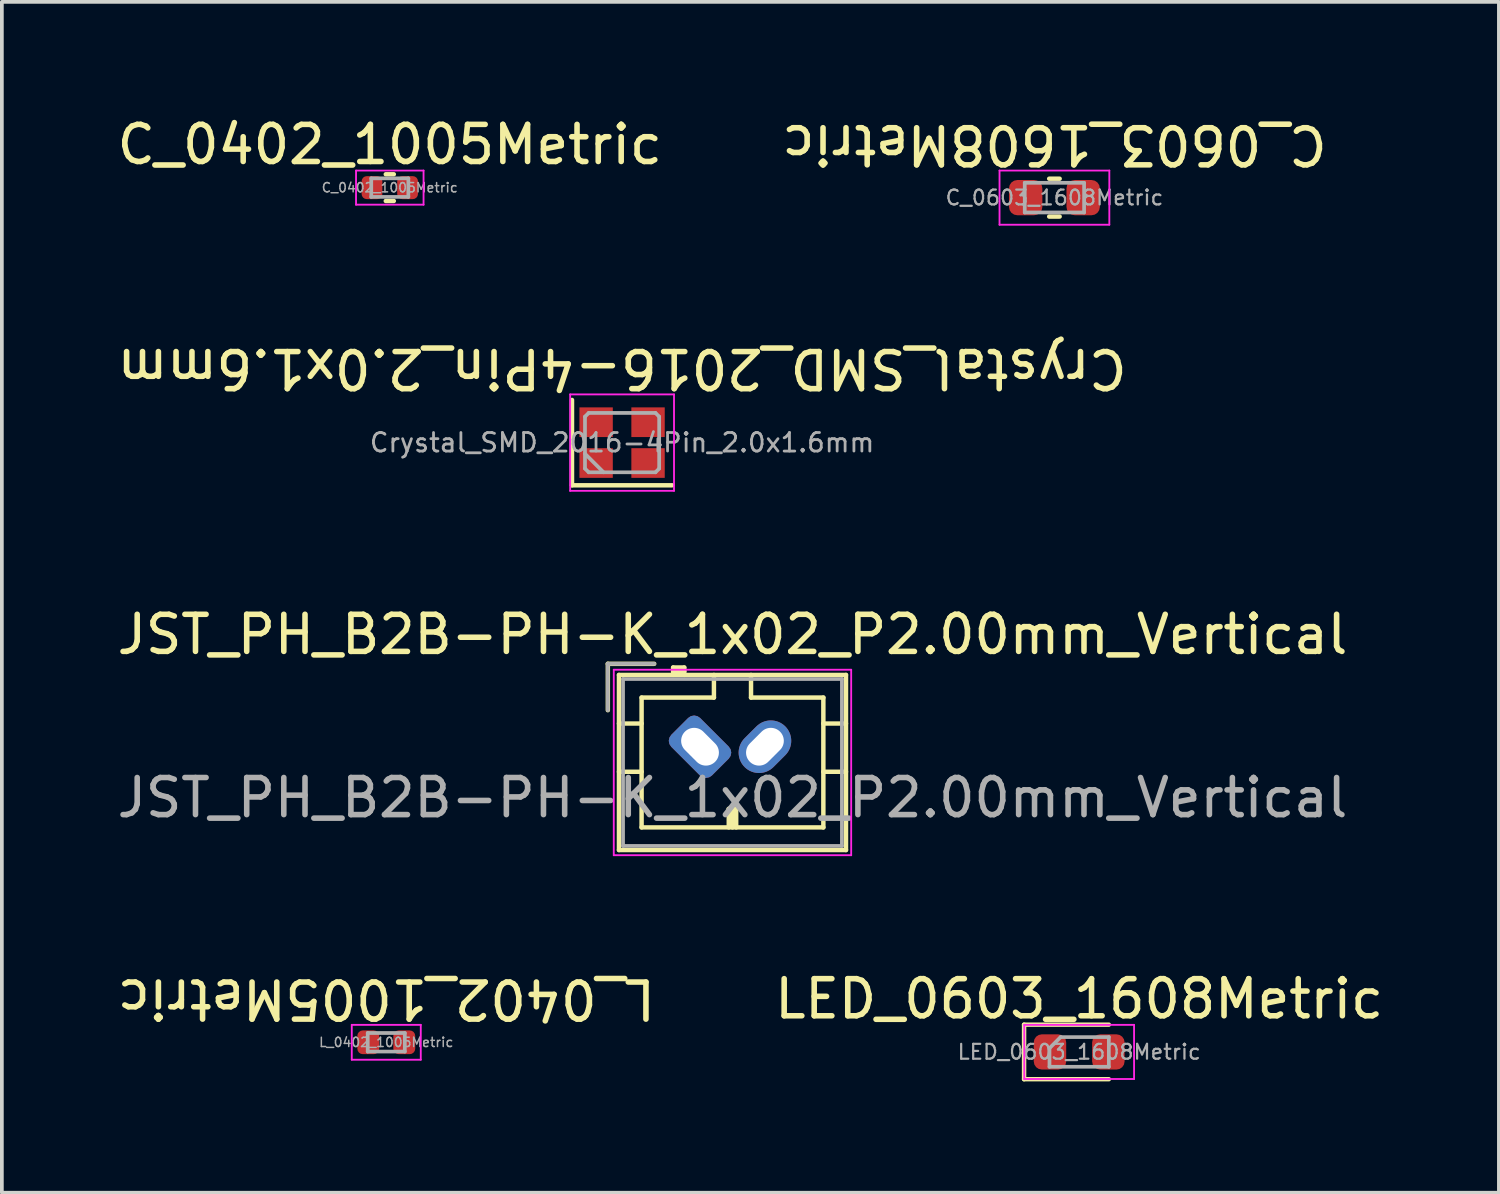
<source format=kicad_pcb>
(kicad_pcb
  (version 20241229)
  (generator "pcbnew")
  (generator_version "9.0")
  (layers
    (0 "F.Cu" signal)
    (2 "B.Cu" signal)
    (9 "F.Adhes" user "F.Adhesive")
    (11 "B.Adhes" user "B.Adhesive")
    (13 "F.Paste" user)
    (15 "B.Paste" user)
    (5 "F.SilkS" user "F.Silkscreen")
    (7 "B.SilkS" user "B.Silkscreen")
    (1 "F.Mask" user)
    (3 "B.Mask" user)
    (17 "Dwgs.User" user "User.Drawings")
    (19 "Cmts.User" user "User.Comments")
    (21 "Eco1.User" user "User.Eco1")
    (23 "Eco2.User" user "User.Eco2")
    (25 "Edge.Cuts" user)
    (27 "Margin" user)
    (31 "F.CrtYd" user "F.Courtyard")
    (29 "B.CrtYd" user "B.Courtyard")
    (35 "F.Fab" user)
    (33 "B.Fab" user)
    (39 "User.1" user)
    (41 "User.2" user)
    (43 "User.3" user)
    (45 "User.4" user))
  (footprint "L_0402_1005Metric"
    (layer "F.Cu")
    (at 7.363 25.048)
    (property "Reference" "L_0402_1005Metric" (at 0 -1.17 180) (unlocked yes) (layer "F.SilkS") (effects (font (size 1 1) (thickness 0.15))))
    (attr smd)
    (fp_line (start -0.93 -0.47) (end 0.93 -0.47) (stroke (width 0.05) (type solid)) (layer "F.CrtYd"))
    (fp_line (start -0.93 0.47) (end -0.93 -0.47) (stroke (width 0.05) (type solid)) (layer "F.CrtYd"))
    (fp_line (start 0.93 -0.47) (end 0.93 0.47) (stroke (width 0.05) (type solid)) (layer "F.CrtYd"))
    (fp_line (start 0.93 0.47) (end -0.93 0.47) (stroke (width 0.05) (type solid)) (layer "F.CrtYd"))
    (fp_line (start -0.5 -0.25) (end 0.5 -0.25) (stroke (width 0.1) (type solid)) (layer "F.Fab"))
    (fp_line (start -0.5 0.25) (end -0.5 -0.25) (stroke (width 0.1) (type solid)) (layer "F.Fab"))
    (fp_line (start 0.5 -0.25) (end 0.5 0.25) (stroke (width 0.1) (type solid)) (layer "F.Fab"))
    (fp_line (start 0.5 0.25) (end -0.5 0.25) (stroke (width 0.1) (type solid)) (layer "F.Fab"))
    (fp_text user "${REFERENCE}" (at 0 0 180) (layer "F.Fab") (effects (font (size 0.25 0.25) (thickness 0.04))))
    (pad "1" smd roundrect (at -0.485 0) (size 0.59 0.64) (layers "F.Cu" "F.Mask" "F.Paste") (roundrect_rratio 0.25))
    (pad "2" smd roundrect (at 0.485 0) (size 0.59 0.64) (layers "F.Cu" "F.Mask" "F.Paste") (roundrect_rratio 0.25)))
  (footprint "C_0603_1608Metric"
    (layer "F.Cu")
    (at 25.375 2.278)
    (property "Reference" "C_0603_1608Metric" (at 0 -1.43 180) (unlocked yes) (layer "F.SilkS") (effects (font (size 1 1) (thickness 0.15))))
    (attr smd)
    (fp_line (start -0.141 -0.51) (end 0.141 -0.51) (stroke (width 0.12) (type solid)) (layer "F.SilkS"))
    (fp_line (start -0.141 0.51) (end 0.141 0.51) (stroke (width 0.12) (type solid)) (layer "F.SilkS"))
    (fp_line (start -1.48 -0.73) (end 1.48 -0.73) (stroke (width 0.05) (type solid)) (layer "F.CrtYd"))
    (fp_line (start -1.48 0.73) (end -1.48 -0.73) (stroke (width 0.05) (type solid)) (layer "F.CrtYd"))
    (fp_line (start 1.48 -0.73) (end 1.48 0.73) (stroke (width 0.05) (type solid)) (layer "F.CrtYd"))
    (fp_line (start 1.48 0.73) (end -1.48 0.73) (stroke (width 0.05) (type solid)) (layer "F.CrtYd"))
    (fp_line (start -0.8 -0.4) (end 0.8 -0.4) (stroke (width 0.1) (type solid)) (layer "F.Fab"))
    (fp_line (start -0.8 0.4) (end -0.8 -0.4) (stroke (width 0.1) (type solid)) (layer "F.Fab"))
    (fp_line (start 0.8 -0.4) (end 0.8 0.4) (stroke (width 0.1) (type solid)) (layer "F.Fab"))
    (fp_line (start 0.8 0.4) (end -0.8 0.4) (stroke (width 0.1) (type solid)) (layer "F.Fab"))
    (fp_text user "${REFERENCE}" (at 0 0 0) (layer "F.Fab") (effects (font (size 0.4 0.4) (thickness 0.06))))
    (pad "1" smd roundrect (at -0.775 0) (size 0.9 0.95) (layers "F.Cu" "F.Mask" "F.Paste") (roundrect_rratio 0.25))
    (pad "2" smd roundrect (at 0.775 0) (size 0.9 0.95) (layers "F.Cu" "F.Mask" "F.Paste") (roundrect_rratio 0.25)))
  (footprint "C_0402_1005Metric"
    (layer "F.Cu")
    (at 7.458 2.008)
    (property "Reference" "C_0402_1005Metric" (at 0 -1.16 0) (unlocked yes) (layer "F.SilkS") (effects (font (size 1 1) (thickness 0.15))))
    (attr smd)
    (fp_line (start -0.108 -0.36) (end 0.108 -0.36) (stroke (width 0.12) (type solid)) (layer "F.SilkS"))
    (fp_line (start -0.108 0.36) (end 0.108 0.36) (stroke (width 0.12) (type solid)) (layer "F.SilkS"))
    (fp_line (start -0.91 -0.46) (end 0.91 -0.46) (stroke (width 0.05) (type solid)) (layer "F.CrtYd"))
    (fp_line (start -0.91 0.46) (end -0.91 -0.46) (stroke (width 0.05) (type solid)) (layer "F.CrtYd"))
    (fp_line (start 0.91 -0.46) (end 0.91 0.46) (stroke (width 0.05) (type solid)) (layer "F.CrtYd"))
    (fp_line (start 0.91 0.46) (end -0.91 0.46) (stroke (width 0.05) (type solid)) (layer "F.CrtYd"))
    (fp_line (start -0.5 -0.25) (end 0.5 -0.25) (stroke (width 0.1) (type solid)) (layer "F.Fab"))
    (fp_line (start -0.5 0.25) (end -0.5 -0.25) (stroke (width 0.1) (type solid)) (layer "F.Fab"))
    (fp_line (start 0.5 -0.25) (end 0.5 0.25) (stroke (width 0.1) (type solid)) (layer "F.Fab"))
    (fp_line (start 0.5 0.25) (end -0.5 0.25) (stroke (width 0.1) (type solid)) (layer "F.Fab"))
    (fp_text user "${REFERENCE}" (at 0 0 0) (layer "F.Fab") (effects (font (size 0.25 0.25) (thickness 0.04))))
    (pad "1" smd roundrect (at -0.48 0) (size 0.56 0.62) (layers "F.Cu" "F.Mask" "F.Paste") (roundrect_rratio 0.25))
    (pad "2" smd roundrect (at 0.48 0) (size 0.56 0.62) (layers "F.Cu" "F.Mask" "F.Paste") (roundrect_rratio 0.25)))
  (footprint "LED_0603_1608Metric"
    (layer "F.Cu")
    (at 26.042 25.308)
    (property "Reference" "LED_0603_1608Metric" (at 0 -1.43 0) (unlocked yes) (layer "F.SilkS") (effects (font (size 1 1) (thickness 0.15))))
    (attr smd)
    (fp_line (start -1.485 -0.735) (end -1.485 0.735) (stroke (width 0.12) (type solid)) (layer "F.SilkS"))
    (fp_line (start -1.485 0.735) (end 0.8 0.735) (stroke (width 0.12) (type solid)) (layer "F.SilkS"))
    (fp_line (start 0.8 -0.735) (end -1.485 -0.735) (stroke (width 0.12) (type solid)) (layer "F.SilkS"))
    (fp_line (start -1.48 -0.73) (end 1.48 -0.73) (stroke (width 0.05) (type solid)) (layer "F.CrtYd"))
    (fp_line (start -1.48 0.73) (end -1.48 -0.73) (stroke (width 0.05) (type solid)) (layer "F.CrtYd"))
    (fp_line (start 1.48 -0.73) (end 1.48 0.73) (stroke (width 0.05) (type solid)) (layer "F.CrtYd"))
    (fp_line (start 1.48 0.73) (end -1.48 0.73) (stroke (width 0.05) (type solid)) (layer "F.CrtYd"))
    (fp_line (start -0.8 -0.1) (end -0.8 0.4) (stroke (width 0.1) (type solid)) (layer "F.Fab"))
    (fp_line (start -0.8 0.4) (end 0.8 0.4) (stroke (width 0.1) (type solid)) (layer "F.Fab"))
    (fp_line (start -0.5 -0.4) (end -0.8 -0.1) (stroke (width 0.1) (type solid)) (layer "F.Fab"))
    (fp_line (start 0.8 -0.4) (end -0.5 -0.4) (stroke (width 0.1) (type solid)) (layer "F.Fab"))
    (fp_line (start 0.8 0.4) (end 0.8 -0.4) (stroke (width 0.1) (type solid)) (layer "F.Fab"))
    (fp_text user "${REFERENCE}" (at 0 0 0) (layer "F.Fab") (effects (font (size 0.4 0.4) (thickness 0.06))))
    (pad "1" smd roundrect (at -0.787 0) (size 0.875 0.95) (layers "F.Cu" "F.Mask" "F.Paste") (roundrect_rratio 0.25))
    (pad "2" smd roundrect (at 0.787 0) (size 0.875 0.95) (layers "F.Cu" "F.Mask" "F.Paste") (roundrect_rratio 0.25)))
  (footprint "Crystal_SMD_2016-4Pin_2.0x1.6mm"
    (layer "F.Cu")
    (at 13.72 8.882)
    (property "Reference" "Crystal_SMD_2016-4Pin_2.0x1.6mm" (at 0 -2 180) (unlocked yes) (layer "F.SilkS") (effects (font (size 1 1) (thickness 0.15))))
    (attr smd)
    (fp_line (start -1.35 -1.15) (end -1.35 1.15) (stroke (width 0.12) (type solid)) (layer "F.SilkS"))
    (fp_line (start -1.35 1.15) (end 1.35 1.15) (stroke (width 0.12) (type solid)) (layer "F.SilkS"))
    (fp_line (start -1.4 -1.3) (end -1.4 1.3) (stroke (width 0.05) (type solid)) (layer "F.CrtYd"))
    (fp_line (start -1.4 1.3) (end 1.4 1.3) (stroke (width 0.05) (type solid)) (layer "F.CrtYd"))
    (fp_line (start 1.4 -1.3) (end -1.4 -1.3) (stroke (width 0.05) (type solid)) (layer "F.CrtYd"))
    (fp_line (start 1.4 1.3) (end 1.4 -1.3) (stroke (width 0.05) (type solid)) (layer "F.CrtYd"))
    (fp_line (start -1 -0.7) (end -0.9 -0.8) (stroke (width 0.1) (type solid)) (layer "F.Fab"))
    (fp_line (start -1 0.3) (end -0.5 0.8) (stroke (width 0.1) (type solid)) (layer "F.Fab"))
    (fp_line (start -1 0.7) (end -1 -0.7) (stroke (width 0.1) (type solid)) (layer "F.Fab"))
    (fp_line (start -0.9 -0.8) (end 0.9 -0.8) (stroke (width 0.1) (type solid)) (layer "F.Fab"))
    (fp_line (start -0.9 0.8) (end -1 0.7) (stroke (width 0.1) (type solid)) (layer "F.Fab"))
    (fp_line (start 0.9 -0.8) (end 1 -0.7) (stroke (width 0.1) (type solid)) (layer "F.Fab"))
    (fp_line (start 0.9 0.8) (end -0.9 0.8) (stroke (width 0.1) (type solid)) (layer "F.Fab"))
    (fp_line (start 1 -0.7) (end 1 0.7) (stroke (width 0.1) (type solid)) (layer "F.Fab"))
    (fp_line (start 1 0.7) (end 0.9 0.8) (stroke (width 0.1) (type solid)) (layer "F.Fab"))
    (fp_text user "${REFERENCE}" (at 0 0 180) (layer "F.Fab") (effects (font (size 0.5 0.5) (thickness 0.075))))
    (pad "1" smd rect (at -0.7 0.55) (size 0.9 0.8) (layers "F.Cu" "F.Mask" "F.Paste"))
    (pad "2" smd rect (at 0.7 0.55) (size 0.9 0.8) (layers "F.Cu" "F.Mask" "F.Paste"))
    (pad "3" smd rect (at 0.7 -0.55) (size 0.9 0.8) (layers "F.Cu" "F.Mask" "F.Paste"))
    (pad "4" smd rect (at -0.7 -0.55) (size 0.9 0.8) (layers "F.Cu" "F.Mask" "F.Paste")))
  (footprint "JST_PH_B2B-PH-K_1x02_P2.00mm_Vertical"
    (layer "F.Cu")
    (at 16.696 17.505)
    (property "Reference" "JST_PH_B2B-PH-K_1x02_P2.00mm_Vertical" (at 0 -3.45 0) (unlocked yes) (layer "F.SilkS") (effects (font (size 1 1) (thickness 0.15))))
    (attr through_hole)
    (fp_line (start -3.36 -2.66) (end -3.36 -1.41) (stroke (width 0.12) (type solid)) (layer "F.SilkS"))
    (fp_line (start -3.06 -2.36) (end -3.06 2.36) (stroke (width 0.12) (type solid)) (layer "F.SilkS"))
    (fp_line (start -3.06 -1.05) (end -2.45 -1.05) (stroke (width 0.12) (type solid)) (layer "F.SilkS"))
    (fp_line (start -3.06 0.25) (end -2.45 0.25) (stroke (width 0.12) (type solid)) (layer "F.SilkS"))
    (fp_line (start -3.06 2.36) (end 3.06 2.36) (stroke (width 0.12) (type solid)) (layer "F.SilkS"))
    (fp_line (start -2.45 -1.75) (end -2.45 1.75) (stroke (width 0.12) (type solid)) (layer "F.SilkS"))
    (fp_line (start -2.45 1.75) (end 2.45 1.75) (stroke (width 0.12) (type solid)) (layer "F.SilkS"))
    (fp_line (start -2.11 -2.66) (end -3.36 -2.66) (stroke (width 0.12) (type solid)) (layer "F.SilkS"))
    (fp_line (start -1.6 -2.56) (end -1.6 -2.36) (stroke (width 0.12) (type solid)) (layer "F.SilkS"))
    (fp_line (start -1.3 -2.56) (end -1.6 -2.56) (stroke (width 0.12) (type solid)) (layer "F.SilkS"))
    (fp_line (start -1.3 -2.46) (end -1.6 -2.46) (stroke (width 0.12) (type solid)) (layer "F.SilkS"))
    (fp_line (start -1.3 -2.36) (end -1.3 -2.56) (stroke (width 0.12) (type solid)) (layer "F.SilkS"))
    (fp_line (start -0.5 -2.36) (end -0.5 -1.75) (stroke (width 0.12) (type solid)) (layer "F.SilkS"))
    (fp_line (start -0.5 -1.75) (end -2.45 -1.75) (stroke (width 0.12) (type solid)) (layer "F.SilkS"))
    (fp_line (start -0.1 1.25) (end 0.1 1.25) (stroke (width 0.12) (type solid)) (layer "F.SilkS"))
    (fp_line (start -0.1 1.75) (end -0.1 1.25) (stroke (width 0.12) (type solid)) (layer "F.SilkS"))
    (fp_line (start 0 1.75) (end 0 1.25) (stroke (width 0.12) (type solid)) (layer "F.SilkS"))
    (fp_line (start 0.1 1.25) (end 0.1 1.75) (stroke (width 0.12) (type solid)) (layer "F.SilkS"))
    (fp_line (start 0.5 -1.75) (end 0.5 -2.36) (stroke (width 0.12) (type solid)) (layer "F.SilkS"))
    (fp_line (start 2.45 -1.75) (end 0.5 -1.75) (stroke (width 0.12) (type solid)) (layer "F.SilkS"))
    (fp_line (start 2.45 1.75) (end 2.45 -1.75) (stroke (width 0.12) (type solid)) (layer "F.SilkS"))
    (fp_line (start 3.06 -2.36) (end -3.06 -2.36) (stroke (width 0.12) (type solid)) (layer "F.SilkS"))
    (fp_line (start 3.06 -1.05) (end 2.45 -1.05) (stroke (width 0.12) (type solid)) (layer "F.SilkS"))
    (fp_line (start 3.06 0.25) (end 2.45 0.25) (stroke (width 0.12) (type solid)) (layer "F.SilkS"))
    (fp_line (start 3.06 2.36) (end 3.06 -2.36) (stroke (width 0.12) (type solid)) (layer "F.SilkS"))
    (fp_line (start -3.2 -2.5) (end -3.2 2.5) (stroke (width 0.05) (type solid)) (layer "F.CrtYd"))
    (fp_line (start -3.2 2.5) (end 3.2 2.5) (stroke (width 0.05) (type solid)) (layer "F.CrtYd"))
    (fp_line (start 3.2 -2.5) (end -3.2 -2.5) (stroke (width 0.05) (type solid)) (layer "F.CrtYd"))
    (fp_line (start 3.2 2.5) (end 3.2 -2.5) (stroke (width 0.05) (type solid)) (layer "F.CrtYd"))
    (fp_line (start -3.36 -2.66) (end -3.36 -1.41) (stroke (width 0.1) (type solid)) (layer "F.Fab"))
    (fp_line (start -2.95 -2.25) (end -2.95 2.25) (stroke (width 0.1) (type solid)) (layer "F.Fab"))
    (fp_line (start -2.95 2.25) (end 2.95 2.25) (stroke (width 0.1) (type solid)) (layer "F.Fab"))
    (fp_line (start -2.11 -2.66) (end -3.36 -2.66) (stroke (width 0.1) (type solid)) (layer "F.Fab"))
    (fp_line (start 2.95 -2.25) (end -2.95 -2.25) (stroke (width 0.1) (type solid)) (layer "F.Fab"))
    (fp_line (start 2.95 2.25) (end 2.95 -2.25) (stroke (width 0.1) (type solid)) (layer "F.Fab"))
    (fp_text user "${REFERENCE}" (at 0 0.95 0) (layer "F.Fab") (effects (font (size 1 1) (thickness 0.15))))
    (pad "1" thru_hole roundrect (at -0.875 -0.425 315) (size 1.55 1.1) (drill oval 1.15 0.7) (layers "*.Cu" "*.Mask") (roundrect_rratio 0.208))
    (pad "2" thru_hole oval (at 0.875 -0.425 45) (size 1.55 1.1) (drill oval 1.15 0.7) (layers "*.Cu" "*.Mask")))
  (gr_rect
    (start -3 -3)
    (end 37.357 29.103)
    (stroke (width 0.1) (type default))
    (fill no)
    (layer "Edge.Cuts")))
</source>
